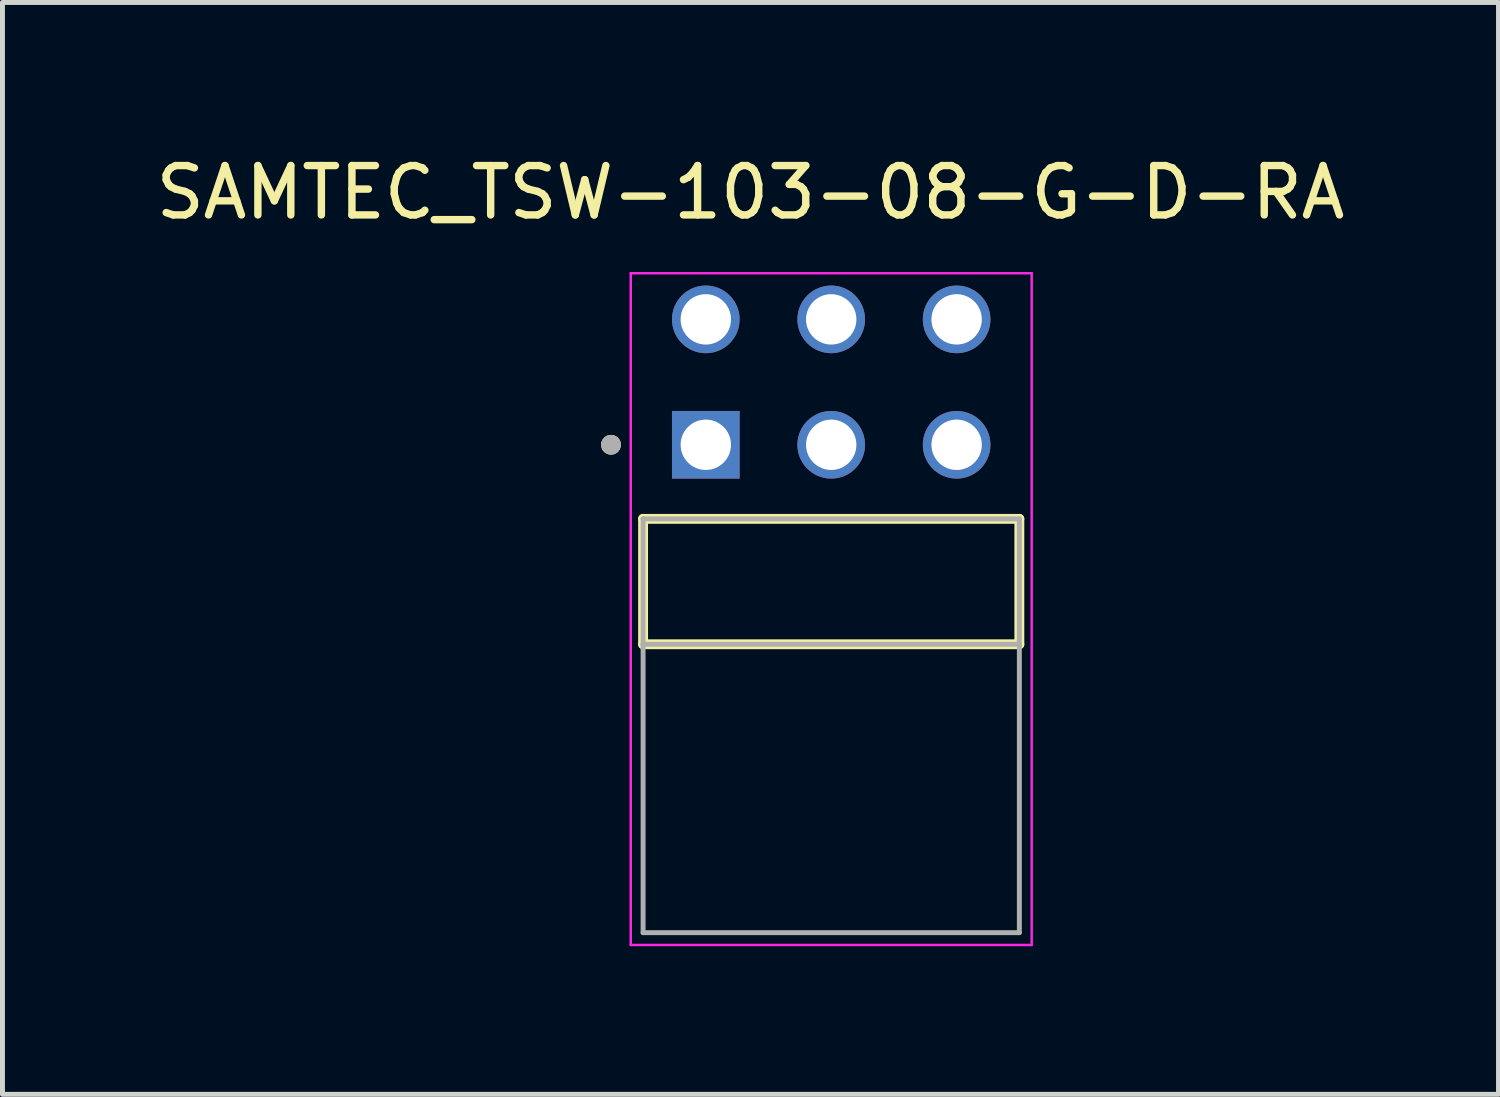
<source format=kicad_pcb>
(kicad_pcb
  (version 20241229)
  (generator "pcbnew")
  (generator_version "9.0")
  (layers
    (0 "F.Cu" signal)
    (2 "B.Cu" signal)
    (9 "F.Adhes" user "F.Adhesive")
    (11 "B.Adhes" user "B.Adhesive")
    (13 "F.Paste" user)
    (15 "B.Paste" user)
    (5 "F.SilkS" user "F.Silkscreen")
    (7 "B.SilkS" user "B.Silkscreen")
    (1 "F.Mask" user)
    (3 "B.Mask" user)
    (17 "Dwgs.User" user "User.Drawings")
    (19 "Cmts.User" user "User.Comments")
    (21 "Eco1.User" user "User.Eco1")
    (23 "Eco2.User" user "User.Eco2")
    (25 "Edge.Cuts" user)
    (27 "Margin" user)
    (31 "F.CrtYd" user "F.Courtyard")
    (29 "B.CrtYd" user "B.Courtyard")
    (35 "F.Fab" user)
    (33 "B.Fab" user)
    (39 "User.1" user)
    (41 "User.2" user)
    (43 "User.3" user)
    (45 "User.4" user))
  (footprint "SAMTEC_TSW-103-08-G-D-RA"
    (layer "F.Cu")
    (at 13.784 8.728)
    (property "Reference" "SAMTEC_TSW-103-08-G-D-RA" (at -1.635 -7.88 0) (layer "F.SilkS") (effects (font (size 1 1) (thickness 0.15))))
    (attr through_hole)
    (fp_line (start -3.81 1.27) (end -3.81 -1.27) (stroke (width 0.2) (type solid)) (layer "F.SilkS"))
    (fp_line (start 3.81 -1.27) (end -3.81 -1.27) (stroke (width 0.2) (type solid)) (layer "F.SilkS"))
    (fp_line (start 3.81 -1.27) (end 3.81 1.27) (stroke (width 0.2) (type solid)) (layer "F.SilkS"))
    (fp_line (start 3.81 1.27) (end -3.81 1.27) (stroke (width 0.2) (type solid)) (layer "F.SilkS"))
    (fp_circle (center -4.46 -2.77) (end -4.36 -2.77) (stroke (width 0.2) (type solid)) (fill no) (layer "F.SilkS"))
    (fp_line (start -4.06 -6.245) (end 4.06 -6.245) (stroke (width 0.05) (type solid)) (layer "F.CrtYd"))
    (fp_line (start -4.06 7.36) (end -4.06 -6.245) (stroke (width 0.05) (type solid)) (layer "F.CrtYd"))
    (fp_line (start 4.06 -6.245) (end 4.06 7.36) (stroke (width 0.05) (type solid)) (layer "F.CrtYd"))
    (fp_line (start 4.06 7.36) (end -4.06 7.36) (stroke (width 0.05) (type solid)) (layer "F.CrtYd"))
    (fp_line (start -3.81 -1.27) (end 3.81 -1.27) (stroke (width 0.1) (type solid)) (layer "F.Fab"))
    (fp_line (start -3.81 1.27) (end -3.81 -1.27) (stroke (width 0.1) (type solid)) (layer "F.Fab"))
    (fp_line (start -3.81 1.27) (end -3.81 7.11) (stroke (width 0.1) (type solid)) (layer "F.Fab"))
    (fp_line (start -3.81 7.11) (end 3.81 7.11) (stroke (width 0.1) (type solid)) (layer "F.Fab"))
    (fp_line (start 3.81 -1.27) (end 3.81 1.27) (stroke (width 0.1) (type solid)) (layer "F.Fab"))
    (fp_line (start 3.81 1.27) (end -3.81 1.27) (stroke (width 0.1) (type solid)) (layer "F.Fab"))
    (fp_line (start 3.81 7.11) (end 3.81 1.27) (stroke (width 0.1) (type solid)) (layer "F.Fab"))
    (fp_circle (center -4.46 -2.77) (end -4.36 -2.77) (stroke (width 0.2) (type solid)) (fill no) (layer "F.Fab"))
    (pad "1" thru_hole rect (at -2.54 -2.77) (size 1.37 1.37) (drill 1.02) (layers "*.Cu" "*.Mask"))
    (pad "2" thru_hole circle (at -2.54 -5.31) (size 1.37 1.37) (drill 1.02) (layers "*.Cu" "*.Mask"))
    (pad "3" thru_hole circle (at 0 -2.77) (size 1.37 1.37) (drill 1.02) (layers "*.Cu" "*.Mask"))
    (pad "4" thru_hole circle (at 0 -5.31) (size 1.37 1.37) (drill 1.02) (layers "*.Cu" "*.Mask"))
    (pad "5" thru_hole circle (at 2.54 -2.77) (size 1.37 1.37) (drill 1.02) (layers "*.Cu" "*.Mask"))
    (pad "6" thru_hole circle (at 2.54 -5.31) (size 1.37 1.37) (drill 1.02) (layers "*.Cu" "*.Mask")))
  (gr_rect
    (start -3 -3)
    (end 27.298 19.113)
    (stroke (width 0.1) (type default))
    (fill no)
    (layer "Edge.Cuts")))
</source>
